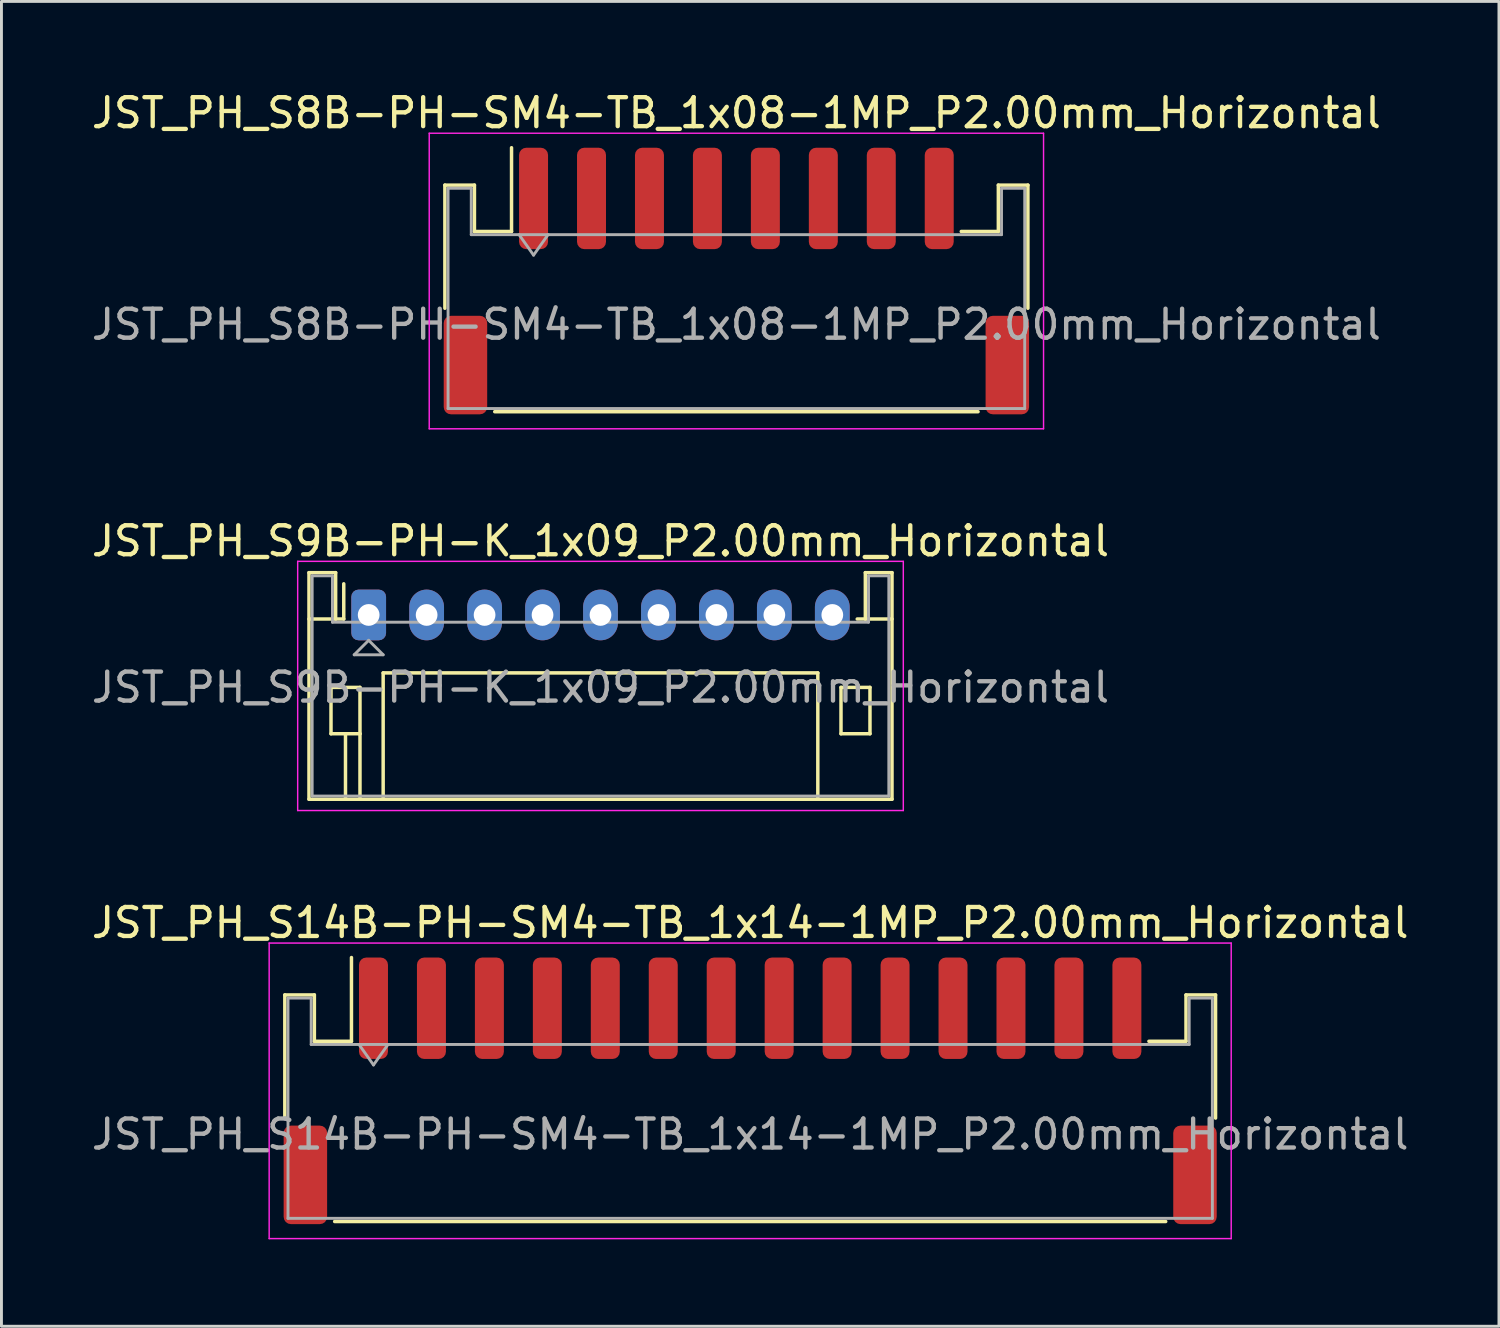
<source format=kicad_pcb>
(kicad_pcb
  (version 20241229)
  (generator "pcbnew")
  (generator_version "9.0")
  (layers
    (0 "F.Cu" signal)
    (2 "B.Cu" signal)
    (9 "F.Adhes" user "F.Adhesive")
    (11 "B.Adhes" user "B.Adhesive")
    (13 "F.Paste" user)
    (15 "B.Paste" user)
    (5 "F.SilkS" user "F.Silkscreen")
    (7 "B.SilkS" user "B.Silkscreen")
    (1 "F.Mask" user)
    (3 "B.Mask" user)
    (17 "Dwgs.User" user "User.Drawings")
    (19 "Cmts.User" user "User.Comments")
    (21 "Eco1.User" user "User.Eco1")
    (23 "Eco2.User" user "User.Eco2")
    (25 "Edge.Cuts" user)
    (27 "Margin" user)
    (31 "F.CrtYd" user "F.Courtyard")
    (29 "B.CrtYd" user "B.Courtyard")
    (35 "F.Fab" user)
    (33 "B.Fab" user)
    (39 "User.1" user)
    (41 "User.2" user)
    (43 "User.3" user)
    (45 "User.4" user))
  (footprint "JST_PH_S14B-PH-SM4-TB_1x14-1MP_P2.00mm_Horizontal"
    (layer "F.Cu")
    (at 22.839 34.595)
    (property "Reference" "JST_PH_S14B-PH-SM4-TB_1x14-1MP_P2.00mm_Horizontal" (at 0 -5.8 0) (layer "F.SilkS") (effects (font (size 1 1) (thickness 0.15))))
    (attr smd)
    (fp_line (start -16.06 -3.31) (end -15.04 -3.31) (stroke (width 0.12) (type solid)) (layer "F.SilkS"))
    (fp_line (start -16.06 0.94) (end -16.06 -3.31) (stroke (width 0.12) (type solid)) (layer "F.SilkS"))
    (fp_line (start -15.04 -3.31) (end -15.04 -1.71) (stroke (width 0.12) (type solid)) (layer "F.SilkS"))
    (fp_line (start -15.04 -1.71) (end -13.76 -1.71) (stroke (width 0.12) (type solid)) (layer "F.SilkS"))
    (fp_line (start -14.34 4.51) (end 14.34 4.51) (stroke (width 0.12) (type solid)) (layer "F.SilkS"))
    (fp_line (start -13.76 -1.71) (end -13.76 -4.6) (stroke (width 0.12) (type solid)) (layer "F.SilkS"))
    (fp_line (start 15.04 -3.31) (end 15.04 -1.71) (stroke (width 0.12) (type solid)) (layer "F.SilkS"))
    (fp_line (start 15.04 -1.71) (end 13.76 -1.71) (stroke (width 0.12) (type solid)) (layer "F.SilkS"))
    (fp_line (start 16.06 -3.31) (end 15.04 -3.31) (stroke (width 0.12) (type solid)) (layer "F.SilkS"))
    (fp_line (start 16.06 0.94) (end 16.06 -3.31) (stroke (width 0.12) (type solid)) (layer "F.SilkS"))
    (fp_line (start -16.6 -5.1) (end -16.6 5.1) (stroke (width 0.05) (type solid)) (layer "F.CrtYd"))
    (fp_line (start -16.6 5.1) (end 16.6 5.1) (stroke (width 0.05) (type solid)) (layer "F.CrtYd"))
    (fp_line (start 16.6 -5.1) (end -16.6 -5.1) (stroke (width 0.05) (type solid)) (layer "F.CrtYd"))
    (fp_line (start 16.6 5.1) (end 16.6 -5.1) (stroke (width 0.05) (type solid)) (layer "F.CrtYd"))
    (fp_line (start -15.95 -3.2) (end -15.95 4.4) (stroke (width 0.1) (type solid)) (layer "F.Fab"))
    (fp_line (start -15.95 -3.2) (end -15.15 -3.2) (stroke (width 0.1) (type solid)) (layer "F.Fab"))
    (fp_line (start -15.95 4.4) (end 15.95 4.4) (stroke (width 0.1) (type solid)) (layer "F.Fab"))
    (fp_line (start -15.15 -3.2) (end -15.15 -1.6) (stroke (width 0.1) (type solid)) (layer "F.Fab"))
    (fp_line (start -15.15 -1.6) (end 15.15 -1.6) (stroke (width 0.1) (type solid)) (layer "F.Fab"))
    (fp_line (start -13.5 -1.6) (end -13 -0.893) (stroke (width 0.1) (type solid)) (layer "F.Fab"))
    (fp_line (start -13 -0.893) (end -12.5 -1.6) (stroke (width 0.1) (type solid)) (layer "F.Fab"))
    (fp_line (start 15.15 -3.2) (end 15.95 -3.2) (stroke (width 0.1) (type solid)) (layer "F.Fab"))
    (fp_line (start 15.15 -1.6) (end 15.15 -3.2) (stroke (width 0.1) (type solid)) (layer "F.Fab"))
    (fp_line (start 15.95 -3.2) (end 15.95 4.4) (stroke (width 0.1) (type solid)) (layer "F.Fab"))
    (fp_text user "${REFERENCE}" (at 0 1.5 0) (layer "F.Fab") (effects (font (size 1 1) (thickness 0.15))))
    (pad "1" smd roundrect (at -13 -2.85) (size 1 3.5) (layers "F.Cu" "F.Mask" "F.Paste") (roundrect_rratio 0.25))
    (pad "2" smd roundrect (at -11 -2.85) (size 1 3.5) (layers "F.Cu" "F.Mask" "F.Paste") (roundrect_rratio 0.25))
    (pad "3" smd roundrect (at -9 -2.85) (size 1 3.5) (layers "F.Cu" "F.Mask" "F.Paste") (roundrect_rratio 0.25))
    (pad "4" smd roundrect (at -7 -2.85) (size 1 3.5) (layers "F.Cu" "F.Mask" "F.Paste") (roundrect_rratio 0.25))
    (pad "5" smd roundrect (at -5 -2.85) (size 1 3.5) (layers "F.Cu" "F.Mask" "F.Paste") (roundrect_rratio 0.25))
    (pad "6" smd roundrect (at -3 -2.85) (size 1 3.5) (layers "F.Cu" "F.Mask" "F.Paste") (roundrect_rratio 0.25))
    (pad "7" smd roundrect (at -1 -2.85) (size 1 3.5) (layers "F.Cu" "F.Mask" "F.Paste") (roundrect_rratio 0.25))
    (pad "8" smd roundrect (at 1 -2.85) (size 1 3.5) (layers "F.Cu" "F.Mask" "F.Paste") (roundrect_rratio 0.25))
    (pad "9" smd roundrect (at 3 -2.85) (size 1 3.5) (layers "F.Cu" "F.Mask" "F.Paste") (roundrect_rratio 0.25))
    (pad "10" smd roundrect (at 5 -2.85) (size 1 3.5) (layers "F.Cu" "F.Mask" "F.Paste") (roundrect_rratio 0.25))
    (pad "11" smd roundrect (at 7 -2.85) (size 1 3.5) (layers "F.Cu" "F.Mask" "F.Paste") (roundrect_rratio 0.25))
    (pad "12" smd roundrect (at 9 -2.85) (size 1 3.5) (layers "F.Cu" "F.Mask" "F.Paste") (roundrect_rratio 0.25))
    (pad "13" smd roundrect (at 11 -2.85) (size 1 3.5) (layers "F.Cu" "F.Mask" "F.Paste") (roundrect_rratio 0.25))
    (pad "14" smd roundrect (at 13 -2.85) (size 1 3.5) (layers "F.Cu" "F.Mask" "F.Paste") (roundrect_rratio 0.25))
    (pad "MP" smd roundrect (at -15.35 2.9) (size 1.5 3.4) (layers "F.Cu" "F.Mask" "F.Paste") (roundrect_rratio 0.167))
    (pad "MP" smd roundrect (at 15.35 2.9) (size 1.5 3.4) (layers "F.Cu" "F.Mask" "F.Paste") (roundrect_rratio 0.167)))
  (footprint "JST_PH_S9B-PH-K_1x09_P2.00mm_Horizontal"
    (layer "F.Cu")
    (at 9.673 18.172)
    (property "Reference" "JST_PH_S9B-PH-K_1x09_P2.00mm_Horizontal" (at 8 -2.55 0) (layer "F.SilkS") (effects (font (size 1 1) (thickness 0.15))))
    (attr through_hole)
    (fp_line (start -2.06 -1.46) (end -2.06 6.36) (stroke (width 0.12) (type solid)) (layer "F.SilkS"))
    (fp_line (start -2.06 0.14) (end -1.14 0.14) (stroke (width 0.12) (type solid)) (layer "F.SilkS"))
    (fp_line (start -2.06 6.36) (end 18.06 6.36) (stroke (width 0.12) (type solid)) (layer "F.SilkS"))
    (fp_line (start -1.3 2.5) (end -1.3 4.1) (stroke (width 0.12) (type solid)) (layer "F.SilkS"))
    (fp_line (start -1.3 4.1) (end -0.3 4.1) (stroke (width 0.12) (type solid)) (layer "F.SilkS"))
    (fp_line (start -1.14 -1.46) (end -2.06 -1.46) (stroke (width 0.12) (type solid)) (layer "F.SilkS"))
    (fp_line (start -1.14 0.14) (end -1.14 -1.46) (stroke (width 0.12) (type solid)) (layer "F.SilkS"))
    (fp_line (start -0.86 0.14) (end -1.14 0.14) (stroke (width 0.12) (type solid)) (layer "F.SilkS"))
    (fp_line (start -0.86 0.14) (end -0.86 -1.075) (stroke (width 0.12) (type solid)) (layer "F.SilkS"))
    (fp_line (start -0.8 4.1) (end -0.8 6.36) (stroke (width 0.12) (type solid)) (layer "F.SilkS"))
    (fp_line (start -0.3 2.5) (end -1.3 2.5) (stroke (width 0.12) (type solid)) (layer "F.SilkS"))
    (fp_line (start -0.3 4.1) (end -0.3 2.5) (stroke (width 0.12) (type solid)) (layer "F.SilkS"))
    (fp_line (start -0.3 4.1) (end -0.3 6.36) (stroke (width 0.12) (type solid)) (layer "F.SilkS"))
    (fp_line (start 0.5 2) (end 15.5 2) (stroke (width 0.12) (type solid)) (layer "F.SilkS"))
    (fp_line (start 0.5 6.36) (end 0.5 2) (stroke (width 0.12) (type solid)) (layer "F.SilkS"))
    (fp_line (start 15.5 2) (end 15.5 6.36) (stroke (width 0.12) (type solid)) (layer "F.SilkS"))
    (fp_line (start 16.3 2.5) (end 17.3 2.5) (stroke (width 0.12) (type solid)) (layer "F.SilkS"))
    (fp_line (start 16.3 4.1) (end 16.3 2.5) (stroke (width 0.12) (type solid)) (layer "F.SilkS"))
    (fp_line (start 17.14 -1.46) (end 17.14 0.14) (stroke (width 0.12) (type solid)) (layer "F.SilkS"))
    (fp_line (start 17.14 0.14) (end 16.86 0.14) (stroke (width 0.12) (type solid)) (layer "F.SilkS"))
    (fp_line (start 17.3 2.5) (end 17.3 4.1) (stroke (width 0.12) (type solid)) (layer "F.SilkS"))
    (fp_line (start 17.3 4.1) (end 16.3 4.1) (stroke (width 0.12) (type solid)) (layer "F.SilkS"))
    (fp_line (start 18.06 -1.46) (end 17.14 -1.46) (stroke (width 0.12) (type solid)) (layer "F.SilkS"))
    (fp_line (start 18.06 0.14) (end 17.14 0.14) (stroke (width 0.12) (type solid)) (layer "F.SilkS"))
    (fp_line (start 18.06 6.36) (end 18.06 -1.46) (stroke (width 0.12) (type solid)) (layer "F.SilkS"))
    (fp_line (start -2.45 -1.85) (end -2.45 6.75) (stroke (width 0.05) (type solid)) (layer "F.CrtYd"))
    (fp_line (start -2.45 6.75) (end 18.45 6.75) (stroke (width 0.05) (type solid)) (layer "F.CrtYd"))
    (fp_line (start 18.45 -1.85) (end -2.45 -1.85) (stroke (width 0.05) (type solid)) (layer "F.CrtYd"))
    (fp_line (start 18.45 6.75) (end 18.45 -1.85) (stroke (width 0.05) (type solid)) (layer "F.CrtYd"))
    (fp_line (start -1.95 -1.35) (end -1.95 6.25) (stroke (width 0.1) (type solid)) (layer "F.Fab"))
    (fp_line (start -1.95 6.25) (end 17.95 6.25) (stroke (width 0.1) (type solid)) (layer "F.Fab"))
    (fp_line (start -1.25 -1.35) (end -1.95 -1.35) (stroke (width 0.1) (type solid)) (layer "F.Fab"))
    (fp_line (start -1.25 0.25) (end -1.25 -1.35) (stroke (width 0.1) (type solid)) (layer "F.Fab"))
    (fp_line (start -0.5 1.375) (end 0.5 1.375) (stroke (width 0.1) (type solid)) (layer "F.Fab"))
    (fp_line (start 0 0.875) (end -0.5 1.375) (stroke (width 0.1) (type solid)) (layer "F.Fab"))
    (fp_line (start 0.5 1.375) (end 0 0.875) (stroke (width 0.1) (type solid)) (layer "F.Fab"))
    (fp_line (start 17.25 -1.35) (end 17.25 0.25) (stroke (width 0.1) (type solid)) (layer "F.Fab"))
    (fp_line (start 17.25 0.25) (end -1.25 0.25) (stroke (width 0.1) (type solid)) (layer "F.Fab"))
    (fp_line (start 17.95 -1.35) (end 17.25 -1.35) (stroke (width 0.1) (type solid)) (layer "F.Fab"))
    (fp_line (start 17.95 6.25) (end 17.95 -1.35) (stroke (width 0.1) (type solid)) (layer "F.Fab"))
    (fp_text user "${REFERENCE}" (at 8 2.5 0) (layer "F.Fab") (effects (font (size 1 1) (thickness 0.15))))
    (pad "1" thru_hole roundrect (at 0 0) (size 1.2 1.75) (drill 0.75) (layers "*.Cu" "*.Mask") (roundrect_rratio 0.208))
    (pad "2" thru_hole oval (at 2 0) (size 1.2 1.75) (drill 0.75) (layers "*.Cu" "*.Mask"))
    (pad "3" thru_hole oval (at 4 0) (size 1.2 1.75) (drill 0.75) (layers "*.Cu" "*.Mask"))
    (pad "4" thru_hole oval (at 6 0) (size 1.2 1.75) (drill 0.75) (layers "*.Cu" "*.Mask"))
    (pad "5" thru_hole oval (at 8 0) (size 1.2 1.75) (drill 0.75) (layers "*.Cu" "*.Mask"))
    (pad "6" thru_hole oval (at 10 0) (size 1.2 1.75) (drill 0.75) (layers "*.Cu" "*.Mask"))
    (pad "7" thru_hole oval (at 12 0) (size 1.2 1.75) (drill 0.75) (layers "*.Cu" "*.Mask"))
    (pad "8" thru_hole oval (at 14 0) (size 1.2 1.75) (drill 0.75) (layers "*.Cu" "*.Mask"))
    (pad "9" thru_hole oval (at 16 0) (size 1.2 1.75) (drill 0.75) (layers "*.Cu" "*.Mask")))
  (footprint "JST_PH_S8B-PH-SM4-TB_1x08-1MP_P2.00mm_Horizontal"
    (layer "F.Cu")
    (at 22.363 6.648)
    (property "Reference" "JST_PH_S8B-PH-SM4-TB_1x08-1MP_P2.00mm_Horizontal" (at 0 -5.8 0) (layer "F.SilkS") (effects (font (size 1 1) (thickness 0.15))))
    (attr smd)
    (fp_line (start -10.06 -3.31) (end -9.04 -3.31) (stroke (width 0.12) (type solid)) (layer "F.SilkS"))
    (fp_line (start -10.06 0.94) (end -10.06 -3.31) (stroke (width 0.12) (type solid)) (layer "F.SilkS"))
    (fp_line (start -9.04 -3.31) (end -9.04 -1.71) (stroke (width 0.12) (type solid)) (layer "F.SilkS"))
    (fp_line (start -9.04 -1.71) (end -7.76 -1.71) (stroke (width 0.12) (type solid)) (layer "F.SilkS"))
    (fp_line (start -8.34 4.51) (end 8.34 4.51) (stroke (width 0.12) (type solid)) (layer "F.SilkS"))
    (fp_line (start -7.76 -1.71) (end -7.76 -4.6) (stroke (width 0.12) (type solid)) (layer "F.SilkS"))
    (fp_line (start 9.04 -3.31) (end 9.04 -1.71) (stroke (width 0.12) (type solid)) (layer "F.SilkS"))
    (fp_line (start 9.04 -1.71) (end 7.76 -1.71) (stroke (width 0.12) (type solid)) (layer "F.SilkS"))
    (fp_line (start 10.06 -3.31) (end 9.04 -3.31) (stroke (width 0.12) (type solid)) (layer "F.SilkS"))
    (fp_line (start 10.06 0.94) (end 10.06 -3.31) (stroke (width 0.12) (type solid)) (layer "F.SilkS"))
    (fp_line (start -10.6 -5.1) (end -10.6 5.1) (stroke (width 0.05) (type solid)) (layer "F.CrtYd"))
    (fp_line (start -10.6 5.1) (end 10.6 5.1) (stroke (width 0.05) (type solid)) (layer "F.CrtYd"))
    (fp_line (start 10.6 -5.1) (end -10.6 -5.1) (stroke (width 0.05) (type solid)) (layer "F.CrtYd"))
    (fp_line (start 10.6 5.1) (end 10.6 -5.1) (stroke (width 0.05) (type solid)) (layer "F.CrtYd"))
    (fp_line (start -9.95 -3.2) (end -9.95 4.4) (stroke (width 0.1) (type solid)) (layer "F.Fab"))
    (fp_line (start -9.95 -3.2) (end -9.15 -3.2) (stroke (width 0.1) (type solid)) (layer "F.Fab"))
    (fp_line (start -9.95 4.4) (end 9.95 4.4) (stroke (width 0.1) (type solid)) (layer "F.Fab"))
    (fp_line (start -9.15 -3.2) (end -9.15 -1.6) (stroke (width 0.1) (type solid)) (layer "F.Fab"))
    (fp_line (start -9.15 -1.6) (end 9.15 -1.6) (stroke (width 0.1) (type solid)) (layer "F.Fab"))
    (fp_line (start -7.5 -1.6) (end -7 -0.893) (stroke (width 0.1) (type solid)) (layer "F.Fab"))
    (fp_line (start -7 -0.893) (end -6.5 -1.6) (stroke (width 0.1) (type solid)) (layer "F.Fab"))
    (fp_line (start 9.15 -3.2) (end 9.95 -3.2) (stroke (width 0.1) (type solid)) (layer "F.Fab"))
    (fp_line (start 9.15 -1.6) (end 9.15 -3.2) (stroke (width 0.1) (type solid)) (layer "F.Fab"))
    (fp_line (start 9.95 -3.2) (end 9.95 4.4) (stroke (width 0.1) (type solid)) (layer "F.Fab"))
    (fp_text user "${REFERENCE}" (at 0 1.5 0) (layer "F.Fab") (effects (font (size 1 1) (thickness 0.15))))
    (pad "1" smd roundrect (at -7 -2.85) (size 1 3.5) (layers "F.Cu" "F.Mask" "F.Paste") (roundrect_rratio 0.25))
    (pad "2" smd roundrect (at -5 -2.85) (size 1 3.5) (layers "F.Cu" "F.Mask" "F.Paste") (roundrect_rratio 0.25))
    (pad "3" smd roundrect (at -3 -2.85) (size 1 3.5) (layers "F.Cu" "F.Mask" "F.Paste") (roundrect_rratio 0.25))
    (pad "4" smd roundrect (at -1 -2.85) (size 1 3.5) (layers "F.Cu" "F.Mask" "F.Paste") (roundrect_rratio 0.25))
    (pad "5" smd roundrect (at 1 -2.85) (size 1 3.5) (layers "F.Cu" "F.Mask" "F.Paste") (roundrect_rratio 0.25))
    (pad "6" smd roundrect (at 3 -2.85) (size 1 3.5) (layers "F.Cu" "F.Mask" "F.Paste") (roundrect_rratio 0.25))
    (pad "7" smd roundrect (at 5 -2.85) (size 1 3.5) (layers "F.Cu" "F.Mask" "F.Paste") (roundrect_rratio 0.25))
    (pad "8" smd roundrect (at 7 -2.85) (size 1 3.5) (layers "F.Cu" "F.Mask" "F.Paste") (roundrect_rratio 0.25))
    (pad "MP" smd roundrect (at -9.35 2.9) (size 1.5 3.4) (layers "F.Cu" "F.Mask" "F.Paste") (roundrect_rratio 0.167))
    (pad "MP" smd roundrect (at 9.35 2.9) (size 1.5 3.4) (layers "F.Cu" "F.Mask" "F.Paste") (roundrect_rratio 0.167)))
  (gr_rect
    (start -3 -3)
    (end 48.679 42.72)
    (stroke (width 0.1) (type default))
    (fill no)
    (layer "Edge.Cuts")))
</source>
